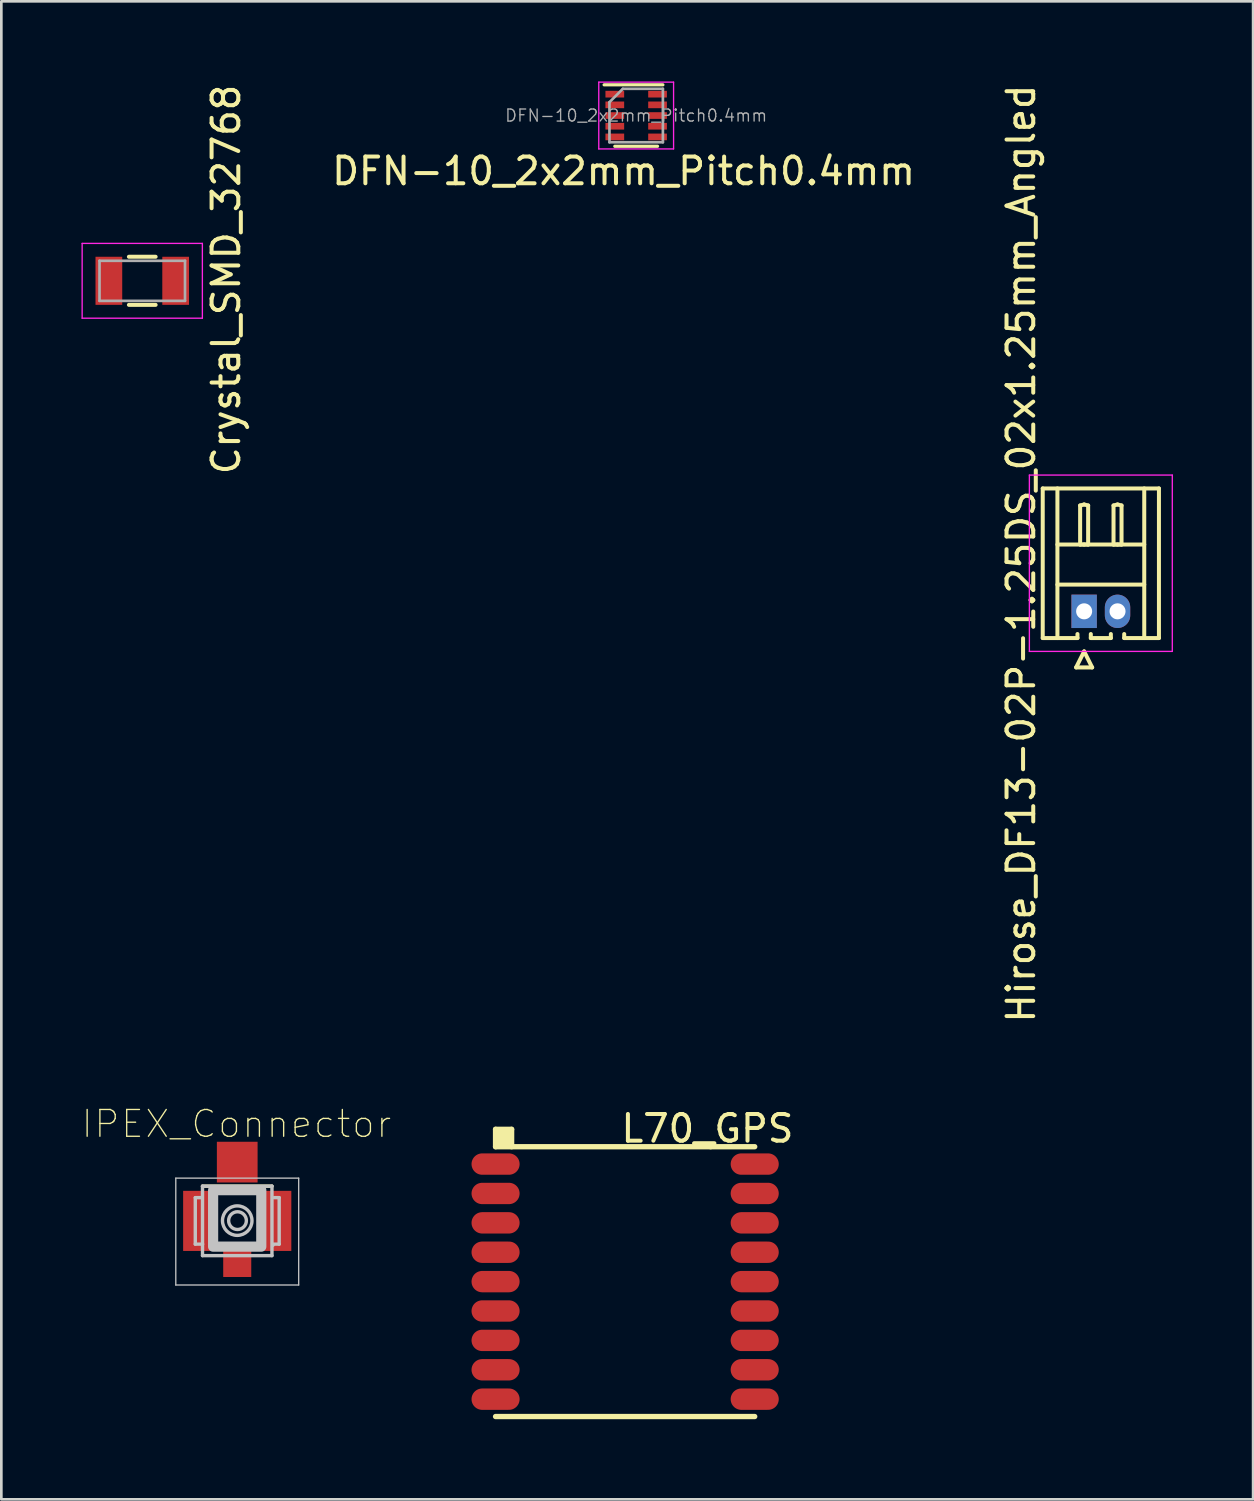
<source format=kicad_pcb>
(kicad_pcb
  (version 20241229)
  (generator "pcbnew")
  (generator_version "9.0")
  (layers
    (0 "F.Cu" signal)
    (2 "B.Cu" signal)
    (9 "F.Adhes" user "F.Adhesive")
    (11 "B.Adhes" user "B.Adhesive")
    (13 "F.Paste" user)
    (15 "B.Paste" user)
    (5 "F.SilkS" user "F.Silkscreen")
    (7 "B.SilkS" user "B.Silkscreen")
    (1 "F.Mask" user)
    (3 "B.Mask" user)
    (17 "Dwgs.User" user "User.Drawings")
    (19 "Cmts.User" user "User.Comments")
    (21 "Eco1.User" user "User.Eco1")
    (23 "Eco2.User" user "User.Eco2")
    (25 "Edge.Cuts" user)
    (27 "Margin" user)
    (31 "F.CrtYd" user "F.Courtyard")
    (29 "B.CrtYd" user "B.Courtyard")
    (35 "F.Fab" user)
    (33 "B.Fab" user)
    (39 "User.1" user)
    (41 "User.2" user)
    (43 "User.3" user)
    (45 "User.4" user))
  (footprint "IPEX_Connector"
    (layer "F.Cu")
    (at 5.83 42.65)
    (property "Reference" "IPEX_Connector" (at -0.03 -3.63 180) (layer "F.SilkS") (effects (font (size 1.003 1.003) (thickness 0.05))))
    (attr smd)
    (fp_line (start 1.3 -1.3) (end -1.3 -1.3) (stroke (width 0.127) (type solid)) (layer "F.SilkS"))
    (fp_line (start -2.3 -1.6) (end -2.3 2.4) (stroke (width 0.05) (type solid)) (layer "Dwgs.User"))
    (fp_line (start -2.3 2.4) (end 2.3 2.4) (stroke (width 0.05) (type solid)) (layer "Dwgs.User"))
    (fp_line (start -1.57 -0.87) (end -1.57 0.87) (stroke (width 0.127) (type solid)) (layer "Dwgs.User"))
    (fp_line (start -1.57 -0.87) (end -1.33 -0.87) (stroke (width 0.127) (type solid)) (layer "Dwgs.User"))
    (fp_line (start -1.57 0.87) (end -1.3 0.87) (stroke (width 0.127) (type solid)) (layer "Dwgs.User"))
    (fp_line (start -1.33 -0.87) (end -1.33 -0.88) (stroke (width 0.127) (type solid)) (layer "Dwgs.User"))
    (fp_line (start -1.3 -1.3) (end 1.3 -1.3) (stroke (width 0.127) (type solid)) (layer "Dwgs.User"))
    (fp_line (start -1.3 0.87) (end -1.3 -1.3) (stroke (width 0.127) (type solid)) (layer "Dwgs.User"))
    (fp_line (start -1.3 1.3) (end -1.3 0.87) (stroke (width 0.127) (type solid)) (layer "Dwgs.User"))
    (fp_line (start -1.3 1.3) (end 1.3 1.3) (stroke (width 0.127) (type solid)) (layer "Dwgs.User"))
    (fp_line (start 1.3 -1.3) (end 1.3 1.3) (stroke (width 0.127) (type solid)) (layer "Dwgs.User"))
    (fp_line (start 1.34 0.9) (end 1.34 0.91) (stroke (width 0.127) (type solid)) (layer "Dwgs.User"))
    (fp_line (start 1.38 -0.87) (end 1.57 -0.87) (stroke (width 0.127) (type solid)) (layer "Dwgs.User"))
    (fp_line (start 1.57 -0.87) (end 1.57 0.87) (stroke (width 0.127) (type solid)) (layer "Dwgs.User"))
    (fp_line (start 1.57 0.87) (end 1.34 0.87) (stroke (width 0.127) (type solid)) (layer "Dwgs.User"))
    (fp_line (start 2.3 -1.6) (end -2.3 -1.6) (stroke (width 0.05) (type solid)) (layer "Dwgs.User"))
    (fp_line (start 2.3 2.4) (end 2.3 -1.6) (stroke (width 0.05) (type solid)) (layer "Dwgs.User"))
    (fp_circle (center 0 -0.01) (end 0.552 -0.01) (stroke (width 0.127) (type solid)) (fill no) (layer "Dwgs.User"))
    (fp_circle (center 0.01 -0.01) (end 0.342 -0.01) (stroke (width 0.127) (type solid)) (fill no) (layer "Dwgs.User"))
    (fp_poly (pts (xy -0.903 -1.15) (xy 0.9 -1.15) (xy 0.9 0.964) (xy -0.903 0.964)) (stroke (width 0.381) (type solid)) (fill no) (layer "Dwgs.User"))
    (pad "1" smd rect (at 0 1.55) (size 1.05 1.1) (layers "F.Cu" "F.Mask" "F.Paste"))
    (pad "2" smd rect (at -1.475 0) (size 1.1 2.25) (layers "F.Cu" "F.Mask" "F.Paste"))
    (pad "2" smd rect (at 0 -2.2) (size 1.524 1.524) (layers "F.Cu" "F.Mask" "F.Paste"))
    (pad "2" smd rect (at 1.475 0) (size 1.1 2.25) (layers "F.Cu" "F.Mask" "F.Paste")))
  (footprint "DFN-10_2x2mm_Pitch0.4mm"
    (layer "F.Cu")
    (at 20.763 1.275)
    (property "Reference" "DFN-10_2x2mm_Pitch0.4mm" (at -0.47 2.08 0) (layer "F.SilkS") (effects (font (size 1 1) (thickness 0.15))))
    (attr smd)
    (fp_line (start 0.8 1.15) (end -0.8 1.15) (stroke (width 0.12) (type solid)) (layer "F.SilkS"))
    (fp_line (start 1 -1.15) (end -1.2 -1.15) (stroke (width 0.12) (type solid)) (layer "F.SilkS"))
    (fp_line (start -1.4 1.25) (end -1.4 -1.25) (stroke (width 0.05) (type solid)) (layer "F.CrtYd"))
    (fp_line (start -1.4 1.25) (end 1.4 1.25) (stroke (width 0.05) (type solid)) (layer "F.CrtYd"))
    (fp_line (start 1.4 -1.25) (end -1.4 -1.25) (stroke (width 0.05) (type solid)) (layer "F.CrtYd"))
    (fp_line (start 1.4 -1.25) (end 1.4 1.25) (stroke (width 0.05) (type solid)) (layer "F.CrtYd"))
    (fp_line (start -1 -0.5) (end -1 1) (stroke (width 0.1) (type solid)) (layer "F.Fab"))
    (fp_line (start -0.5 -1) (end -1 -0.5) (stroke (width 0.1) (type solid)) (layer "F.Fab"))
    (fp_line (start 1 -1) (end -0.5 -1) (stroke (width 0.1) (type solid)) (layer "F.Fab"))
    (fp_line (start 1 1) (end -1 1) (stroke (width 0.1) (type solid)) (layer "F.Fab"))
    (fp_line (start 1 1) (end 1 -1) (stroke (width 0.1) (type solid)) (layer "F.Fab"))
    (fp_text user "${REFERENCE}" (at 0 0 0) (layer "F.Fab") (effects (font (size 0.45 0.45) (thickness 0.05))))
    (pad "1" smd rect (at -0.8 -0.8) (size 0.7 0.25) (layers "F.Cu" "F.Mask" "F.Paste"))
    (pad "2" smd rect (at -0.8 -0.4) (size 0.7 0.25) (layers "F.Cu" "F.Mask" "F.Paste"))
    (pad "3" smd rect (at -0.8 0) (size 0.7 0.25) (layers "F.Cu" "F.Mask" "F.Paste"))
    (pad "4" smd rect (at -0.8 0.4) (size 0.7 0.25) (layers "F.Cu" "F.Mask" "F.Paste"))
    (pad "5" smd rect (at -0.8 0.8) (size 0.7 0.25) (layers "F.Cu" "F.Mask" "F.Paste"))
    (pad "6" smd rect (at 0.8 0.8) (size 0.7 0.25) (layers "F.Cu" "F.Mask" "F.Paste"))
    (pad "7" smd rect (at 0.8 0.4) (size 0.7 0.25) (layers "F.Cu" "F.Mask" "F.Paste"))
    (pad "8" smd rect (at 0.8 0) (size 0.7 0.25) (layers "F.Cu" "F.Mask" "F.Paste"))
    (pad "9" smd rect (at 0.8 -0.4) (size 0.7 0.25) (layers "F.Cu" "F.Mask" "F.Paste"))
    (pad "10" smd rect (at 0.8 -0.8) (size 0.7 0.25) (layers "F.Cu" "F.Mask" "F.Paste")))
  (footprint "Hirose_DF13-02P-1.25DS_02x1.25mm_Angled"
    (layer "F.Cu")
    (at 37.531 19.833)
    (property "Reference" "Hirose_DF13-02P-1.25DS_02x1.25mm_Angled" (at -2.36 -2.16 90) (layer "F.SilkS") (effects (font (size 1 1) (thickness 0.15))))
    (attr through_hole)
    (fp_line (start -1.55 -4.6) (end 2.8 -4.6) (stroke (width 0.15) (type solid)) (layer "F.SilkS"))
    (fp_line (start -1.55 1) (end -1.55 -4.6) (stroke (width 0.15) (type solid)) (layer "F.SilkS"))
    (fp_line (start -1 -4.6) (end -1 1) (stroke (width 0.15) (type solid)) (layer "F.SilkS"))
    (fp_line (start -1 -2.5) (end 2.25 -2.5) (stroke (width 0.15) (type solid)) (layer "F.SilkS"))
    (fp_line (start -1 -1) (end 2.25 -1) (stroke (width 0.15) (type solid)) (layer "F.SilkS"))
    (fp_line (start -0.3 2.1) (end 0.3 2.1) (stroke (width 0.15) (type solid)) (layer "F.SilkS"))
    (fp_line (start -0.25 0.85) (end -0.25 1) (stroke (width 0.15) (type solid)) (layer "F.SilkS"))
    (fp_line (start -0.25 1) (end -1.55 1) (stroke (width 0.15) (type solid)) (layer "F.SilkS"))
    (fp_line (start -0.15 -3.962) (end 0 -4) (stroke (width 0.15) (type solid)) (layer "F.SilkS"))
    (fp_line (start -0.15 -2.5) (end -0.15 -3.962) (stroke (width 0.15) (type solid)) (layer "F.SilkS"))
    (fp_line (start 0 -4) (end 0.15 -3.962) (stroke (width 0.15) (type solid)) (layer "F.SilkS"))
    (fp_line (start 0 -2.5) (end -0.15 -2.5) (stroke (width 0.15) (type solid)) (layer "F.SilkS"))
    (fp_line (start 0 1.5) (end -0.3 2.1) (stroke (width 0.15) (type solid)) (layer "F.SilkS"))
    (fp_line (start 0.15 -3.962) (end 0.15 -2.5) (stroke (width 0.15) (type solid)) (layer "F.SilkS"))
    (fp_line (start 0.15 -2.5) (end 0 -2.5) (stroke (width 0.15) (type solid)) (layer "F.SilkS"))
    (fp_line (start 0.25 0.85) (end 0.25 1) (stroke (width 0.15) (type solid)) (layer "F.SilkS"))
    (fp_line (start 0.25 1) (end 1 1) (stroke (width 0.15) (type solid)) (layer "F.SilkS"))
    (fp_line (start 0.3 2.1) (end 0 1.5) (stroke (width 0.15) (type solid)) (layer "F.SilkS"))
    (fp_line (start 1 1) (end 1 0.85) (stroke (width 0.15) (type solid)) (layer "F.SilkS"))
    (fp_line (start 1.1 -3.962) (end 1.25 -4) (stroke (width 0.15) (type solid)) (layer "F.SilkS"))
    (fp_line (start 1.1 -2.5) (end 1.1 -3.962) (stroke (width 0.15) (type solid)) (layer "F.SilkS"))
    (fp_line (start 1.25 -4) (end 1.4 -3.962) (stroke (width 0.15) (type solid)) (layer "F.SilkS"))
    (fp_line (start 1.25 -2.5) (end 1.1 -2.5) (stroke (width 0.15) (type solid)) (layer "F.SilkS"))
    (fp_line (start 1.4 -3.962) (end 1.4 -2.5) (stroke (width 0.15) (type solid)) (layer "F.SilkS"))
    (fp_line (start 1.4 -2.5) (end 1.25 -2.5) (stroke (width 0.15) (type solid)) (layer "F.SilkS"))
    (fp_line (start 1.5 1) (end 1.5 0.85) (stroke (width 0.15) (type solid)) (layer "F.SilkS"))
    (fp_line (start 2.25 -4.6) (end 2.25 1) (stroke (width 0.15) (type solid)) (layer "F.SilkS"))
    (fp_line (start 2.8 -4.6) (end 2.8 1) (stroke (width 0.15) (type solid)) (layer "F.SilkS"))
    (fp_line (start 2.8 1) (end 1.5 1) (stroke (width 0.15) (type solid)) (layer "F.SilkS"))
    (fp_line (start -2.05 -5.1) (end -2.05 1.5) (stroke (width 0.05) (type solid)) (layer "F.CrtYd"))
    (fp_line (start -2.05 1.5) (end 3.3 1.5) (stroke (width 0.05) (type solid)) (layer "F.CrtYd"))
    (fp_line (start 3.3 -5.1) (end -2.05 -5.1) (stroke (width 0.05) (type solid)) (layer "F.CrtYd"))
    (fp_line (start 3.3 1.5) (end 3.3 -5.1) (stroke (width 0.05) (type solid)) (layer "F.CrtYd"))
    (pad "1" thru_hole rect (at 0 0) (size 0.95 1.25) (drill 0.6) (layers "*.Cu" "*.Mask"))
    (pad "2" thru_hole oval (at 1.25 0) (size 0.95 1.25) (drill 0.6) (layers "*.Cu" "*.Mask")))
  (footprint "L70_GPS"
    (layer "F.Cu")
    (at 19.95 44.373)
    (property "Reference" "L70_GPS" (at 3.48 -5.18 0) (layer "F.SilkS") (effects (font (size 1 1) (thickness 0.15))))
    (attr through_hole)
    (fp_line (start -4.45 -5.15) (end -3.85 -5.15) (stroke (width 0.2) (type solid)) (layer "F.SilkS"))
    (fp_line (start -4.45 -4.5) (end -4.45 -5.15) (stroke (width 0.2) (type solid)) (layer "F.SilkS"))
    (fp_line (start -4.3 -5) (end -4 -5) (stroke (width 0.2) (type solid)) (layer "F.SilkS"))
    (fp_line (start -4.3 -4.65) (end -4.3 -5) (stroke (width 0.2) (type solid)) (layer "F.SilkS"))
    (fp_line (start -4.2 -4.8) (end -4.2 -4.9) (stroke (width 0.2) (type solid)) (layer "F.SilkS"))
    (fp_line (start -4 -5) (end -4 -4.8) (stroke (width 0.2) (type solid)) (layer "F.SilkS"))
    (fp_line (start -4 -4.8) (end -4.2 -4.8) (stroke (width 0.2) (type solid)) (layer "F.SilkS"))
    (fp_line (start -3.9 -4.65) (end -4.3 -4.65) (stroke (width 0.2) (type solid)) (layer "F.SilkS"))
    (fp_line (start -3.85 -5.15) (end -3.85 -4.5) (stroke (width 0.2) (type solid)) (layer "F.SilkS"))
    (fp_line (start 3.6 -4.5) (end -4.45 -4.5) (stroke (width 0.2) (type solid)) (layer "F.SilkS"))
    (fp_line (start 5.25 -4.5) (end 3.6 -4.5) (stroke (width 0.2) (type solid)) (layer "F.SilkS"))
    (fp_line (start 5.25 5.6) (end -4.45 5.6) (stroke (width 0.2) (type solid)) (layer "F.SilkS"))
    (pad "1" smd oval (at 5.25 4.95) (size 1.8 0.8) (layers "F.Cu" "F.Mask" "F.Paste"))
    (pad "2" smd oval (at 5.25 3.85) (size 1.8 0.8) (layers "F.Cu" "F.Mask" "F.Paste"))
    (pad "3" smd oval (at 5.25 2.75) (size 1.8 0.8) (layers "F.Cu" "F.Mask" "F.Paste"))
    (pad "4" smd oval (at 5.25 1.65) (size 1.8 0.8) (layers "F.Cu" "F.Mask" "F.Paste"))
    (pad "5" smd oval (at 5.25 0.55) (size 1.8 0.8) (layers "F.Cu" "F.Mask" "F.Paste"))
    (pad "6" smd oval (at 5.25 -0.55) (size 1.8 0.8) (layers "F.Cu" "F.Mask" "F.Paste"))
    (pad "7" smd oval (at 5.25 -1.65) (size 1.8 0.8) (layers "F.Cu" "F.Mask" "F.Paste"))
    (pad "8" smd oval (at 5.25 -2.75) (size 1.8 0.8) (layers "F.Cu" "F.Mask" "F.Paste"))
    (pad "9" smd oval (at 5.25 -3.85) (size 1.8 0.8) (layers "F.Cu" "F.Mask" "F.Paste"))
    (pad "10" smd oval (at -4.45 -3.85) (size 1.8 0.8) (layers "F.Cu" "F.Mask" "F.Paste"))
    (pad "11" smd oval (at -4.45 -2.75) (size 1.8 0.8) (layers "F.Cu" "F.Mask" "F.Paste"))
    (pad "12" smd oval (at -4.45 -1.65) (size 1.8 0.8) (layers "F.Cu" "F.Mask" "F.Paste"))
    (pad "13" smd oval (at -4.45 -0.55) (size 1.8 0.8) (layers "F.Cu" "F.Mask" "F.Paste"))
    (pad "14" smd oval (at -4.45 0.55) (size 1.8 0.8) (layers "F.Cu" "F.Mask" "F.Paste"))
    (pad "15" smd oval (at -4.45 1.65) (size 1.8 0.8) (layers "F.Cu" "F.Mask" "F.Paste"))
    (pad "16" smd oval (at -4.45 2.75) (size 1.8 0.8) (layers "F.Cu" "F.Mask" "F.Paste"))
    (pad "17" smd oval (at -4.45 3.85) (size 1.8 0.8) (layers "F.Cu" "F.Mask" "F.Paste"))
    (pad "18" smd oval (at -4.45 4.95) (size 1.8 0.8) (layers "F.Cu" "F.Mask" "F.Paste")))
  (footprint "Crystal_SMD_32768"
    (layer "F.Cu")
    (at 2.275 7.461)
    (property "Reference" "Crystal_SMD_32768" (at 3.14 -0.05 270) (layer "F.SilkS") (effects (font (size 1 1) (thickness 0.15))))
    (attr smd)
    (fp_line (start -0.5 -0.9) (end 0.5 -0.9) (stroke (width 0.15) (type solid)) (layer "F.SilkS"))
    (fp_line (start -0.5 0.9) (end 0.5 0.9) (stroke (width 0.15) (type solid)) (layer "F.SilkS"))
    (fp_line (start -2.25 -1.4) (end 2.25 -1.4) (stroke (width 0.05) (type solid)) (layer "F.CrtYd"))
    (fp_line (start -2.25 1.4) (end -2.25 -1.4) (stroke (width 0.05) (type solid)) (layer "F.CrtYd"))
    (fp_line (start 2.25 -1.4) (end 2.25 1.4) (stroke (width 0.05) (type solid)) (layer "F.CrtYd"))
    (fp_line (start 2.25 1.4) (end -2.25 1.4) (stroke (width 0.05) (type solid)) (layer "F.CrtYd"))
    (fp_line (start -1.6 -0.75) (end 1.6 -0.75) (stroke (width 0.1) (type solid)) (layer "F.Fab"))
    (fp_line (start -1.6 0.75) (end -1.6 -0.75) (stroke (width 0.1) (type solid)) (layer "F.Fab"))
    (fp_line (start 1.6 -0.75) (end 1.6 0.75) (stroke (width 0.1) (type solid)) (layer "F.Fab"))
    (fp_line (start 1.6 0.75) (end -1.6 0.75) (stroke (width 0.1) (type solid)) (layer "F.Fab"))
    (pad "1" smd rect (at -1.25 0) (size 1 1.8) (layers "F.Cu" "F.Mask" "F.Paste"))
    (pad "2" smd rect (at 1.25 0) (size 1 1.8) (layers "F.Cu" "F.Mask" "F.Paste")))
  (gr_rect
    (start -3 -3)
    (end 43.856 53.073)
    (stroke (width 0.1) (type default))
    (fill no)
    (layer "Edge.Cuts")))
</source>
